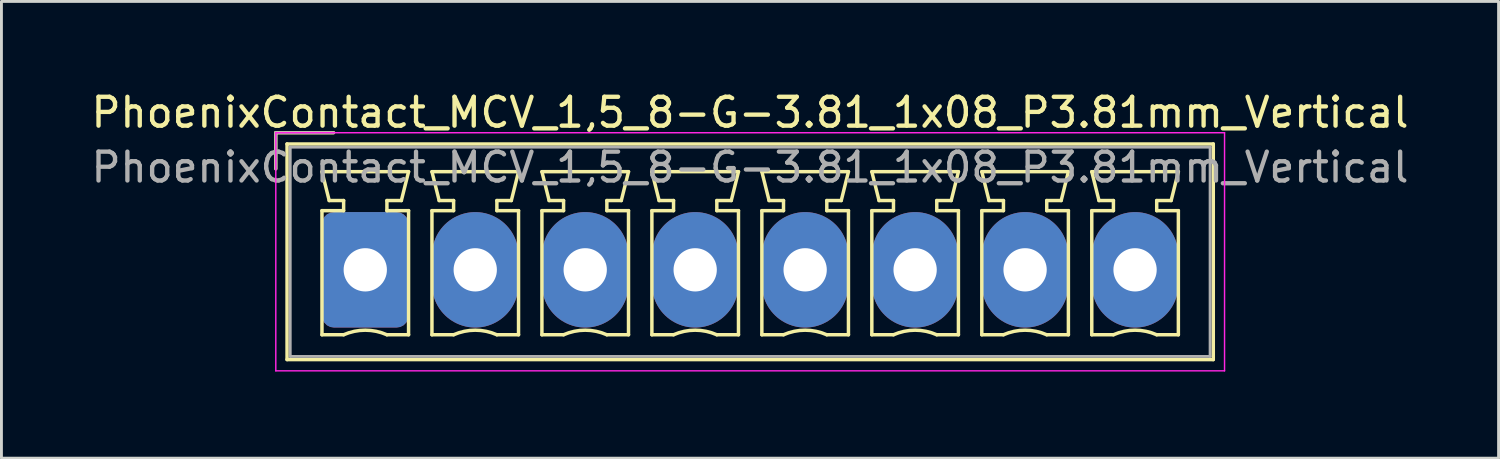
<source format=kicad_pcb>
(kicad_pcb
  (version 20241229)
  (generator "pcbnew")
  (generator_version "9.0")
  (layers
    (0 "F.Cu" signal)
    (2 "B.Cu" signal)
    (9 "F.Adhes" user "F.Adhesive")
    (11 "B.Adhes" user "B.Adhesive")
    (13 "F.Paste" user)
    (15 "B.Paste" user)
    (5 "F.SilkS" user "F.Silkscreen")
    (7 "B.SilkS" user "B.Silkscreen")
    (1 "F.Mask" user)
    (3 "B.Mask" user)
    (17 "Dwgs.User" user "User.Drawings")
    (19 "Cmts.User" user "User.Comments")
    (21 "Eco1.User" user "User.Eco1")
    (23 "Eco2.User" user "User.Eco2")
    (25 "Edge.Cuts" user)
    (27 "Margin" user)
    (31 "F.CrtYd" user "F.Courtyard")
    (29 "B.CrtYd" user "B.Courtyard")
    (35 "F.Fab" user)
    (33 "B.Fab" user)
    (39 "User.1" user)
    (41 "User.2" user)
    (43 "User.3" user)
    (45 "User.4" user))
  (footprint "PhoenixContact_MCV_1,5_8-G-3.81_1x08_P3.81mm_Vertical"
    (layer "F.Cu")
    (at 9.605 6.298)
    (property "Reference" "PhoenixContact_MCV_1,5_8-G-3.81_1x08_P3.81mm_Vertical" (at 13.33 -5.45 0) (layer "F.SilkS") (effects (font (size 1 1) (thickness 0.15))))
    (attr through_hole)
    (fp_line (start -3.1 -4.75) (end -1.1 -4.75) (stroke (width 0.12) (type solid)) (layer "F.SilkS"))
    (fp_line (start -3.1 -3.5) (end -3.1 -4.75) (stroke (width 0.12) (type solid)) (layer "F.SilkS"))
    (fp_line (start -2.71 -4.36) (end -2.71 3.11) (stroke (width 0.12) (type solid)) (layer "F.SilkS"))
    (fp_line (start -2.71 3.11) (end 29.38 3.11) (stroke (width 0.12) (type solid)) (layer "F.SilkS"))
    (fp_line (start -1.5 -3.4) (end 1.5 -3.4) (stroke (width 0.12) (type solid)) (layer "F.SilkS"))
    (fp_line (start -1.5 -2.05) (end -0.75 -2.05) (stroke (width 0.12) (type solid)) (layer "F.SilkS"))
    (fp_line (start -1.5 2.25) (end -1.5 -2.05) (stroke (width 0.12) (type solid)) (layer "F.SilkS"))
    (fp_line (start -1.25 -2.4) (end -1.5 -3.4) (stroke (width 0.12) (type solid)) (layer "F.SilkS"))
    (fp_line (start -0.75 -2.4) (end -1.25 -2.4) (stroke (width 0.12) (type solid)) (layer "F.SilkS"))
    (fp_line (start -0.75 -2.05) (end -0.75 -2.4) (stroke (width 0.12) (type solid)) (layer "F.SilkS"))
    (fp_line (start -0.75 2.25) (end -1.5 2.25) (stroke (width 0.12) (type solid)) (layer "F.SilkS"))
    (fp_line (start 0.75 -2.4) (end 0.75 -2.05) (stroke (width 0.12) (type solid)) (layer "F.SilkS"))
    (fp_line (start 0.75 -2.05) (end 1.5 -2.05) (stroke (width 0.12) (type solid)) (layer "F.SilkS"))
    (fp_line (start 1.25 -2.4) (end 0.75 -2.4) (stroke (width 0.12) (type solid)) (layer "F.SilkS"))
    (fp_line (start 1.5 -3.4) (end 1.25 -2.4) (stroke (width 0.12) (type solid)) (layer "F.SilkS"))
    (fp_line (start 1.5 -2.05) (end 1.5 2.25) (stroke (width 0.12) (type solid)) (layer "F.SilkS"))
    (fp_line (start 1.5 2.25) (end 0.75 2.25) (stroke (width 0.12) (type solid)) (layer "F.SilkS"))
    (fp_line (start 2.31 -3.4) (end 5.31 -3.4) (stroke (width 0.12) (type solid)) (layer "F.SilkS"))
    (fp_line (start 2.31 -2.05) (end 3.06 -2.05) (stroke (width 0.12) (type solid)) (layer "F.SilkS"))
    (fp_line (start 2.31 2.25) (end 2.31 -2.05) (stroke (width 0.12) (type solid)) (layer "F.SilkS"))
    (fp_line (start 2.56 -2.4) (end 2.31 -3.4) (stroke (width 0.12) (type solid)) (layer "F.SilkS"))
    (fp_line (start 3.06 -2.4) (end 2.56 -2.4) (stroke (width 0.12) (type solid)) (layer "F.SilkS"))
    (fp_line (start 3.06 -2.05) (end 3.06 -2.4) (stroke (width 0.12) (type solid)) (layer "F.SilkS"))
    (fp_line (start 3.06 2.25) (end 2.31 2.25) (stroke (width 0.12) (type solid)) (layer "F.SilkS"))
    (fp_line (start 4.56 -2.4) (end 4.56 -2.05) (stroke (width 0.12) (type solid)) (layer "F.SilkS"))
    (fp_line (start 4.56 -2.05) (end 5.31 -2.05) (stroke (width 0.12) (type solid)) (layer "F.SilkS"))
    (fp_line (start 5.06 -2.4) (end 4.56 -2.4) (stroke (width 0.12) (type solid)) (layer "F.SilkS"))
    (fp_line (start 5.31 -3.4) (end 5.06 -2.4) (stroke (width 0.12) (type solid)) (layer "F.SilkS"))
    (fp_line (start 5.31 -2.05) (end 5.31 2.25) (stroke (width 0.12) (type solid)) (layer "F.SilkS"))
    (fp_line (start 5.31 2.25) (end 4.56 2.25) (stroke (width 0.12) (type solid)) (layer "F.SilkS"))
    (fp_line (start 6.12 -3.4) (end 9.12 -3.4) (stroke (width 0.12) (type solid)) (layer "F.SilkS"))
    (fp_line (start 6.12 -2.05) (end 6.87 -2.05) (stroke (width 0.12) (type solid)) (layer "F.SilkS"))
    (fp_line (start 6.12 2.25) (end 6.12 -2.05) (stroke (width 0.12) (type solid)) (layer "F.SilkS"))
    (fp_line (start 6.37 -2.4) (end 6.12 -3.4) (stroke (width 0.12) (type solid)) (layer "F.SilkS"))
    (fp_line (start 6.87 -2.4) (end 6.37 -2.4) (stroke (width 0.12) (type solid)) (layer "F.SilkS"))
    (fp_line (start 6.87 -2.05) (end 6.87 -2.4) (stroke (width 0.12) (type solid)) (layer "F.SilkS"))
    (fp_line (start 6.87 2.25) (end 6.12 2.25) (stroke (width 0.12) (type solid)) (layer "F.SilkS"))
    (fp_line (start 8.37 -2.4) (end 8.37 -2.05) (stroke (width 0.12) (type solid)) (layer "F.SilkS"))
    (fp_line (start 8.37 -2.05) (end 9.12 -2.05) (stroke (width 0.12) (type solid)) (layer "F.SilkS"))
    (fp_line (start 8.87 -2.4) (end 8.37 -2.4) (stroke (width 0.12) (type solid)) (layer "F.SilkS"))
    (fp_line (start 9.12 -3.4) (end 8.87 -2.4) (stroke (width 0.12) (type solid)) (layer "F.SilkS"))
    (fp_line (start 9.12 -2.05) (end 9.12 2.25) (stroke (width 0.12) (type solid)) (layer "F.SilkS"))
    (fp_line (start 9.12 2.25) (end 8.37 2.25) (stroke (width 0.12) (type solid)) (layer "F.SilkS"))
    (fp_line (start 9.93 -3.4) (end 12.93 -3.4) (stroke (width 0.12) (type solid)) (layer "F.SilkS"))
    (fp_line (start 9.93 -2.05) (end 10.68 -2.05) (stroke (width 0.12) (type solid)) (layer "F.SilkS"))
    (fp_line (start 9.93 2.25) (end 9.93 -2.05) (stroke (width 0.12) (type solid)) (layer "F.SilkS"))
    (fp_line (start 10.18 -2.4) (end 9.93 -3.4) (stroke (width 0.12) (type solid)) (layer "F.SilkS"))
    (fp_line (start 10.68 -2.4) (end 10.18 -2.4) (stroke (width 0.12) (type solid)) (layer "F.SilkS"))
    (fp_line (start 10.68 -2.05) (end 10.68 -2.4) (stroke (width 0.12) (type solid)) (layer "F.SilkS"))
    (fp_line (start 10.68 2.25) (end 9.93 2.25) (stroke (width 0.12) (type solid)) (layer "F.SilkS"))
    (fp_line (start 12.18 -2.4) (end 12.18 -2.05) (stroke (width 0.12) (type solid)) (layer "F.SilkS"))
    (fp_line (start 12.18 -2.05) (end 12.93 -2.05) (stroke (width 0.12) (type solid)) (layer "F.SilkS"))
    (fp_line (start 12.68 -2.4) (end 12.18 -2.4) (stroke (width 0.12) (type solid)) (layer "F.SilkS"))
    (fp_line (start 12.93 -3.4) (end 12.68 -2.4) (stroke (width 0.12) (type solid)) (layer "F.SilkS"))
    (fp_line (start 12.93 -2.05) (end 12.93 2.25) (stroke (width 0.12) (type solid)) (layer "F.SilkS"))
    (fp_line (start 12.93 2.25) (end 12.18 2.25) (stroke (width 0.12) (type solid)) (layer "F.SilkS"))
    (fp_line (start 13.74 -3.4) (end 16.74 -3.4) (stroke (width 0.12) (type solid)) (layer "F.SilkS"))
    (fp_line (start 13.74 -2.05) (end 14.49 -2.05) (stroke (width 0.12) (type solid)) (layer "F.SilkS"))
    (fp_line (start 13.74 2.25) (end 13.74 -2.05) (stroke (width 0.12) (type solid)) (layer "F.SilkS"))
    (fp_line (start 13.99 -2.4) (end 13.74 -3.4) (stroke (width 0.12) (type solid)) (layer "F.SilkS"))
    (fp_line (start 14.49 -2.4) (end 13.99 -2.4) (stroke (width 0.12) (type solid)) (layer "F.SilkS"))
    (fp_line (start 14.49 -2.05) (end 14.49 -2.4) (stroke (width 0.12) (type solid)) (layer "F.SilkS"))
    (fp_line (start 14.49 2.25) (end 13.74 2.25) (stroke (width 0.12) (type solid)) (layer "F.SilkS"))
    (fp_line (start 15.99 -2.4) (end 15.99 -2.05) (stroke (width 0.12) (type solid)) (layer "F.SilkS"))
    (fp_line (start 15.99 -2.05) (end 16.74 -2.05) (stroke (width 0.12) (type solid)) (layer "F.SilkS"))
    (fp_line (start 16.49 -2.4) (end 15.99 -2.4) (stroke (width 0.12) (type solid)) (layer "F.SilkS"))
    (fp_line (start 16.74 -3.4) (end 16.49 -2.4) (stroke (width 0.12) (type solid)) (layer "F.SilkS"))
    (fp_line (start 16.74 -2.05) (end 16.74 2.25) (stroke (width 0.12) (type solid)) (layer "F.SilkS"))
    (fp_line (start 16.74 2.25) (end 15.99 2.25) (stroke (width 0.12) (type solid)) (layer "F.SilkS"))
    (fp_line (start 17.55 -3.4) (end 20.55 -3.4) (stroke (width 0.12) (type solid)) (layer "F.SilkS"))
    (fp_line (start 17.55 -2.05) (end 18.3 -2.05) (stroke (width 0.12) (type solid)) (layer "F.SilkS"))
    (fp_line (start 17.55 2.25) (end 17.55 -2.05) (stroke (width 0.12) (type solid)) (layer "F.SilkS"))
    (fp_line (start 17.8 -2.4) (end 17.55 -3.4) (stroke (width 0.12) (type solid)) (layer "F.SilkS"))
    (fp_line (start 18.3 -2.4) (end 17.8 -2.4) (stroke (width 0.12) (type solid)) (layer "F.SilkS"))
    (fp_line (start 18.3 -2.05) (end 18.3 -2.4) (stroke (width 0.12) (type solid)) (layer "F.SilkS"))
    (fp_line (start 18.3 2.25) (end 17.55 2.25) (stroke (width 0.12) (type solid)) (layer "F.SilkS"))
    (fp_line (start 19.8 -2.4) (end 19.8 -2.05) (stroke (width 0.12) (type solid)) (layer "F.SilkS"))
    (fp_line (start 19.8 -2.05) (end 20.55 -2.05) (stroke (width 0.12) (type solid)) (layer "F.SilkS"))
    (fp_line (start 20.3 -2.4) (end 19.8 -2.4) (stroke (width 0.12) (type solid)) (layer "F.SilkS"))
    (fp_line (start 20.55 -3.4) (end 20.3 -2.4) (stroke (width 0.12) (type solid)) (layer "F.SilkS"))
    (fp_line (start 20.55 -2.05) (end 20.55 2.25) (stroke (width 0.12) (type solid)) (layer "F.SilkS"))
    (fp_line (start 20.55 2.25) (end 19.8 2.25) (stroke (width 0.12) (type solid)) (layer "F.SilkS"))
    (fp_line (start 21.36 -3.4) (end 24.36 -3.4) (stroke (width 0.12) (type solid)) (layer "F.SilkS"))
    (fp_line (start 21.36 -2.05) (end 22.11 -2.05) (stroke (width 0.12) (type solid)) (layer "F.SilkS"))
    (fp_line (start 21.36 2.25) (end 21.36 -2.05) (stroke (width 0.12) (type solid)) (layer "F.SilkS"))
    (fp_line (start 21.61 -2.4) (end 21.36 -3.4) (stroke (width 0.12) (type solid)) (layer "F.SilkS"))
    (fp_line (start 22.11 -2.4) (end 21.61 -2.4) (stroke (width 0.12) (type solid)) (layer "F.SilkS"))
    (fp_line (start 22.11 -2.05) (end 22.11 -2.4) (stroke (width 0.12) (type solid)) (layer "F.SilkS"))
    (fp_line (start 22.11 2.25) (end 21.36 2.25) (stroke (width 0.12) (type solid)) (layer "F.SilkS"))
    (fp_line (start 23.61 -2.4) (end 23.61 -2.05) (stroke (width 0.12) (type solid)) (layer "F.SilkS"))
    (fp_line (start 23.61 -2.05) (end 24.36 -2.05) (stroke (width 0.12) (type solid)) (layer "F.SilkS"))
    (fp_line (start 24.11 -2.4) (end 23.61 -2.4) (stroke (width 0.12) (type solid)) (layer "F.SilkS"))
    (fp_line (start 24.36 -3.4) (end 24.11 -2.4) (stroke (width 0.12) (type solid)) (layer "F.SilkS"))
    (fp_line (start 24.36 -2.05) (end 24.36 2.25) (stroke (width 0.12) (type solid)) (layer "F.SilkS"))
    (fp_line (start 24.36 2.25) (end 23.61 2.25) (stroke (width 0.12) (type solid)) (layer "F.SilkS"))
    (fp_line (start 25.17 -3.4) (end 28.17 -3.4) (stroke (width 0.12) (type solid)) (layer "F.SilkS"))
    (fp_line (start 25.17 -2.05) (end 25.92 -2.05) (stroke (width 0.12) (type solid)) (layer "F.SilkS"))
    (fp_line (start 25.17 2.25) (end 25.17 -2.05) (stroke (width 0.12) (type solid)) (layer "F.SilkS"))
    (fp_line (start 25.42 -2.4) (end 25.17 -3.4) (stroke (width 0.12) (type solid)) (layer "F.SilkS"))
    (fp_line (start 25.92 -2.4) (end 25.42 -2.4) (stroke (width 0.12) (type solid)) (layer "F.SilkS"))
    (fp_line (start 25.92 -2.05) (end 25.92 -2.4) (stroke (width 0.12) (type solid)) (layer "F.SilkS"))
    (fp_line (start 25.92 2.25) (end 25.17 2.25) (stroke (width 0.12) (type solid)) (layer "F.SilkS"))
    (fp_line (start 27.42 -2.4) (end 27.42 -2.05) (stroke (width 0.12) (type solid)) (layer "F.SilkS"))
    (fp_line (start 27.42 -2.05) (end 28.17 -2.05) (stroke (width 0.12) (type solid)) (layer "F.SilkS"))
    (fp_line (start 27.92 -2.4) (end 27.42 -2.4) (stroke (width 0.12) (type solid)) (layer "F.SilkS"))
    (fp_line (start 28.17 -3.4) (end 27.92 -2.4) (stroke (width 0.12) (type solid)) (layer "F.SilkS"))
    (fp_line (start 28.17 -2.05) (end 28.17 2.25) (stroke (width 0.12) (type solid)) (layer "F.SilkS"))
    (fp_line (start 28.17 2.25) (end 27.42 2.25) (stroke (width 0.12) (type solid)) (layer "F.SilkS"))
    (fp_line (start 29.38 -4.36) (end -2.71 -4.36) (stroke (width 0.12) (type solid)) (layer "F.SilkS"))
    (fp_line (start 29.38 3.11) (end 29.38 -4.36) (stroke (width 0.12) (type solid)) (layer "F.SilkS"))
    (fp_arc (start -0.75 2.25) (mid -0.000193 2.09191) (end 0.749647 2.249844) (stroke (width 0.12) (type solid)) (layer "F.SilkS"))
    (fp_arc (start 3.06 2.25) (mid 3.809807 2.09191) (end 4.559647 2.249844) (stroke (width 0.12) (type solid)) (layer "F.SilkS"))
    (fp_arc (start 6.87 2.25) (mid 7.619807 2.09191) (end 8.369647 2.249844) (stroke (width 0.12) (type solid)) (layer "F.SilkS"))
    (fp_arc (start 10.68 2.25) (mid 11.429807 2.09191) (end 12.179647 2.249844) (stroke (width 0.12) (type solid)) (layer "F.SilkS"))
    (fp_arc (start 14.49 2.25) (mid 15.239807 2.09191) (end 15.989647 2.249844) (stroke (width 0.12) (type solid)) (layer "F.SilkS"))
    (fp_arc (start 18.3 2.25) (mid 19.049807 2.09191) (end 19.799647 2.249844) (stroke (width 0.12) (type solid)) (layer "F.SilkS"))
    (fp_arc (start 22.11 2.25) (mid 22.859807 2.09191) (end 23.609647 2.249844) (stroke (width 0.12) (type solid)) (layer "F.SilkS"))
    (fp_arc (start 25.92 2.25) (mid 26.669807 2.09191) (end 27.419647 2.249844) (stroke (width 0.12) (type solid)) (layer "F.SilkS"))
    (fp_line (start -3.1 -4.75) (end -3.1 3.5) (stroke (width 0.05) (type solid)) (layer "F.CrtYd"))
    (fp_line (start -3.1 3.5) (end 29.77 3.5) (stroke (width 0.05) (type solid)) (layer "F.CrtYd"))
    (fp_line (start 29.77 -4.75) (end -3.1 -4.75) (stroke (width 0.05) (type solid)) (layer "F.CrtYd"))
    (fp_line (start 29.77 3.5) (end 29.77 -4.75) (stroke (width 0.05) (type solid)) (layer "F.CrtYd"))
    (fp_line (start -3.1 -4.75) (end -1.1 -4.75) (stroke (width 0.1) (type solid)) (layer "F.Fab"))
    (fp_line (start -3.1 -3.5) (end -3.1 -4.75) (stroke (width 0.1) (type solid)) (layer "F.Fab"))
    (fp_line (start -2.6 -4.25) (end -2.6 3) (stroke (width 0.1) (type solid)) (layer "F.Fab"))
    (fp_line (start -2.6 3) (end 29.27 3) (stroke (width 0.1) (type solid)) (layer "F.Fab"))
    (fp_line (start 29.27 -4.25) (end -2.6 -4.25) (stroke (width 0.1) (type solid)) (layer "F.Fab"))
    (fp_line (start 29.27 3) (end 29.27 -4.25) (stroke (width 0.1) (type solid)) (layer "F.Fab"))
    (fp_text user "${REFERENCE}" (at 13.33 -3.55 0) (layer "F.Fab") (effects (font (size 1 1) (thickness 0.15))))
    (pad "1" thru_hole roundrect (at 0 0) (size 3 4) (drill 1.5) (layers "*.Cu" "*.Mask") (roundrect_rratio 0.139))
    (pad "2" thru_hole oval (at 3.81 0) (size 3 4) (drill 1.5) (layers "*.Cu" "*.Mask"))
    (pad "3" thru_hole oval (at 7.62 0) (size 3 4) (drill 1.5) (layers "*.Cu" "*.Mask"))
    (pad "4" thru_hole oval (at 11.43 0) (size 3 4) (drill 1.5) (layers "*.Cu" "*.Mask"))
    (pad "5" thru_hole oval (at 15.24 0) (size 3 4) (drill 1.5) (layers "*.Cu" "*.Mask"))
    (pad "6" thru_hole oval (at 19.05 0) (size 3 4) (drill 1.5) (layers "*.Cu" "*.Mask"))
    (pad "7" thru_hole oval (at 22.86 0) (size 3 4) (drill 1.5) (layers "*.Cu" "*.Mask"))
    (pad "8" thru_hole oval (at 26.67 0) (size 3 4) (drill 1.5) (layers "*.Cu" "*.Mask")))
  (gr_rect
    (start -3 -3)
    (end 48.869 12.823)
    (stroke (width 0.1) (type default))
    (fill no)
    (layer "Edge.Cuts")))
</source>
